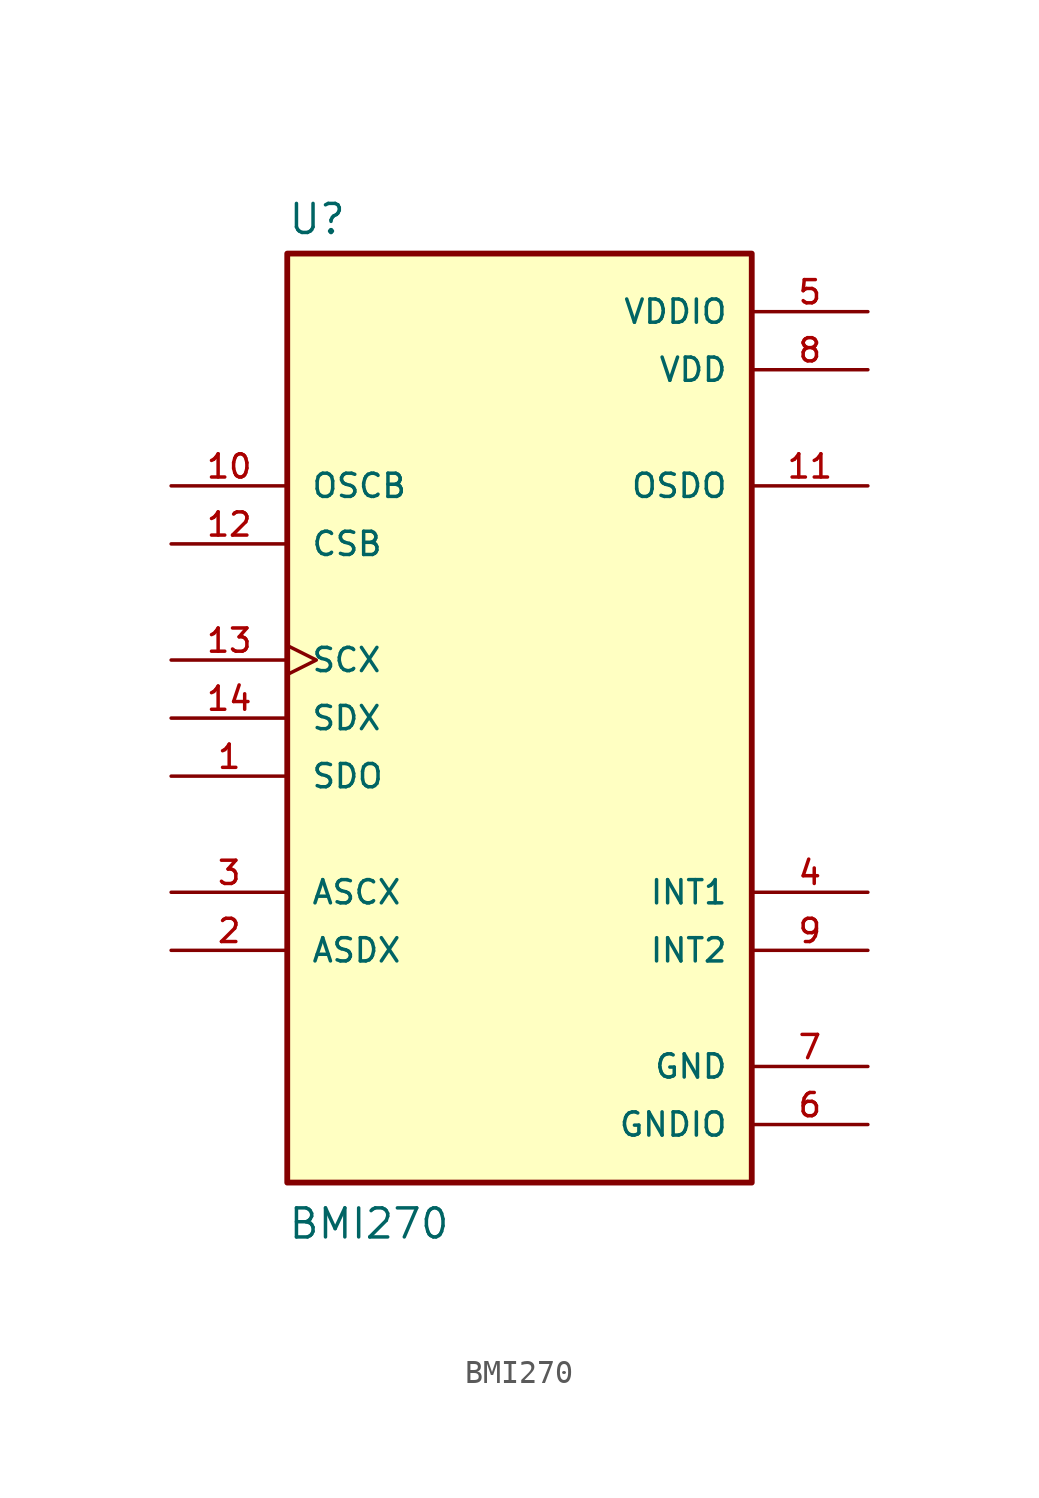
<source format=kicad_sym>
(kicad_symbol_lib
  (version 20241209)
  (generator "kicad_symbol_editor")
  (generator_version "9.0")
  (symbol "BMI270"
    (pin_names
      (offset 1.016))
    (property "Reference" "U"
      (at -10.16 21.082 0)
      (effects (font (size 1.27 1.27)) (justify left bottom)))
    (property "Value" "BMI270"
      (at -10.16 -22.86 0)
      (effects (font (size 1.27 1.27)) (justify left bottom)))
    (symbol "BMI270_0_0"
      (rectangle (start -10.16 20.32) (end 10.16 -20.32) (stroke (width 0.254) (type default)) (fill (type background)))
      (pin input line (at -15.24 10.16 0) (length 5.08) (name "OSCB" (effects (font (size 1.016 1.016)))) (number "10" (effects (font (size 1.016 1.016)))))
      (pin input line (at -15.24 7.62 0) (length 5.08) (name "CSB" (effects (font (size 1.016 1.016)))) (number "12" (effects (font (size 1.016 1.016)))))
      (pin input clock (at -15.24 2.54 0) (length 5.08) (name "SCX" (effects (font (size 1.016 1.016)))) (number "13" (effects (font (size 1.016 1.016)))))
      (pin bidirectional line (at -15.24 0 0) (length 5.08) (name "SDX" (effects (font (size 1.016 1.016)))) (number "14" (effects (font (size 1.016 1.016)))))
      (pin bidirectional line (at -15.24 -2.54 0) (length 5.08) (name "SDO" (effects (font (size 1.016 1.016)))) (number "1" (effects (font (size 1.016 1.016)))))
      (pin bidirectional line (at -15.24 -7.62 0) (length 5.08) (name "ASCX" (effects (font (size 1.016 1.016)))) (number "3" (effects (font (size 1.016 1.016)))))
      (pin bidirectional line (at -15.24 -10.16 0) (length 5.08) (name "ASDX" (effects (font (size 1.016 1.016)))) (number "2" (effects (font (size 1.016 1.016)))))
      (pin power_in line (at 15.24 17.78 180) (length 5.08) (name "VDDIO" (effects (font (size 1.016 1.016)))) (number "5" (effects (font (size 1.016 1.016)))))
      (pin power_in line (at 15.24 15.24 180) (length 5.08) (name "VDD" (effects (font (size 1.016 1.016)))) (number "8" (effects (font (size 1.016 1.016)))))
      (pin output line (at 15.24 10.16 180) (length 5.08) (name "OSDO" (effects (font (size 1.016 1.016)))) (number "11" (effects (font (size 1.016 1.016)))))
      (pin bidirectional line (at 15.24 -7.62 180) (length 5.08) (name "INT1" (effects (font (size 1.016 1.016)))) (number "4" (effects (font (size 1.016 1.016)))))
      (pin bidirectional line (at 15.24 -10.16 180) (length 5.08) (name "INT2" (effects (font (size 1.016 1.016)))) (number "9" (effects (font (size 1.016 1.016)))))
      (pin power_in line (at 15.24 -15.24 180) (length 5.08) (name "GND" (effects (font (size 1.016 1.016)))) (number "7" (effects (font (size 1.016 1.016)))))
      (pin power_in line (at 15.24 -17.78 180) (length 5.08) (name "GNDIO" (effects (font (size 1.016 1.016)))) (number "6" (effects (font (size 1.016 1.016))))))))
</source>
